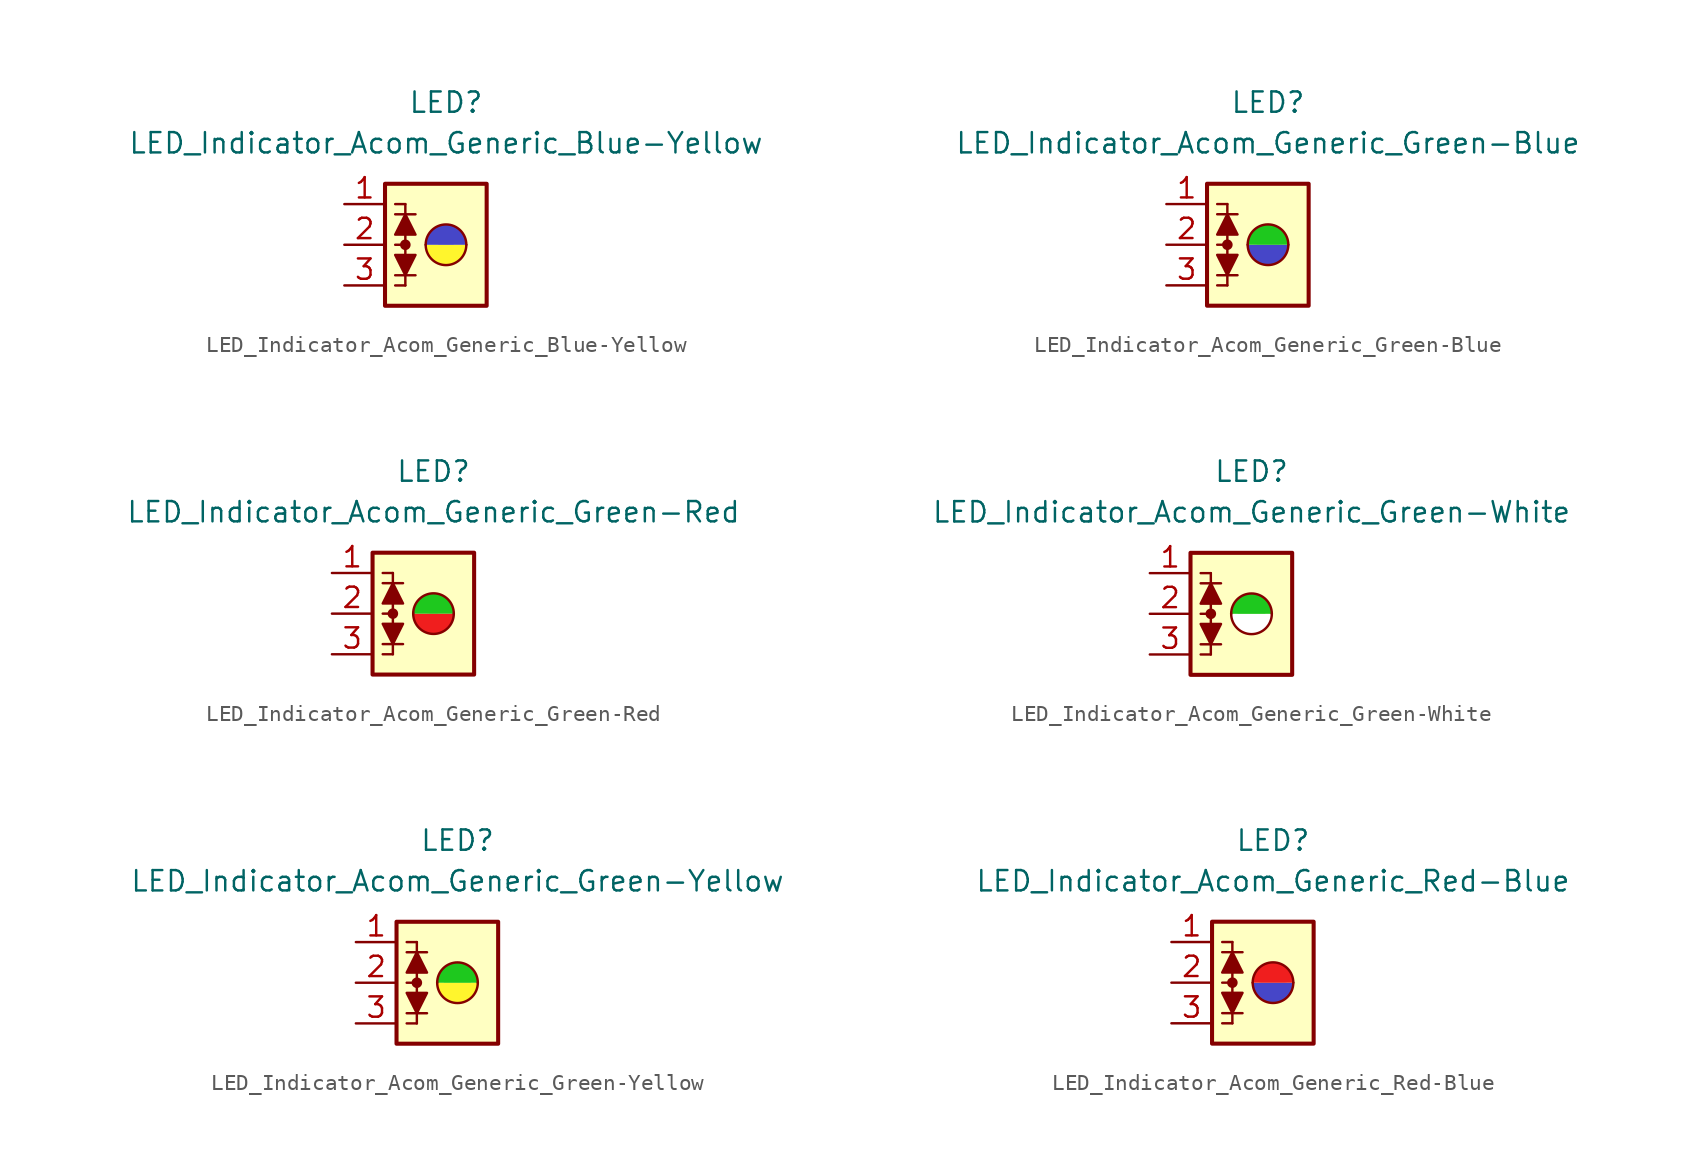
<source format=kicad_sym>
(kicad_symbol_lib
  (version 20231120)
  (generator "kicad_symbol_editor")
  (generator_version "8.0")
  (symbol "LED_Indicator_Acom_Generic_Blue-Yellow"
    (pin_names
      (offset 1.016) hide)
    (property "Reference" "LED"
      (at 0 8.89 0)
      (effects (font (size 1.27 1.27))))
    (property "Value" "LED_Indicator_Acom_Generic_Blue-Yellow"
      (at 0 6.35 0)
      (effects (font (size 1.27 1.27))))
    (symbol "LED_Indicator_Acom_Generic_Blue-Yellow_0_1"
      (rectangle (start -3.81 3.81) (end 2.54 -3.81) (stroke (width 0.254) (type default)) (fill (type background)))
      (circle (center -2.54 0) (radius 0.254) (stroke (width 0) (type default)) (fill (type outline)))
      (arc (start -1.27 0) (mid 0 -1.2645) (end 1.27 0) (stroke (width 0) (type default)) (fill (type color) (color 255 245 45 1)))
      (polyline (pts (xy -3.175 -1.905) (xy -1.905 -1.905)) (stroke (width 0) (type default)) (fill (type none)))
      (polyline (pts (xy -2.54 -2.54) (xy -3.175 -2.54)) (stroke (width 0) (type default)) (fill (type none)))
      (polyline (pts (xy -2.54 -2.54) (xy -2.54 0)) (stroke (width 0) (type default)) (fill (type none)))
      (polyline (pts (xy -2.54 0) (xy -3.175 0)) (stroke (width 0) (type default)) (fill (type none)))
      (polyline (pts (xy -2.54 2.54) (xy -3.175 2.54)) (stroke (width 0) (type default)) (fill (type none)))
      (polyline (pts (xy -2.54 2.54) (xy -2.54 0)) (stroke (width 0) (type default)) (fill (type none)))
      (polyline (pts (xy -1.905 1.905) (xy -3.175 1.905)) (stroke (width 0) (type default)) (fill (type none)))
      (polyline (pts (xy -2.54 -1.905) (xy -3.175 -0.635) (xy -1.905 -0.635) (xy -2.54 -1.905)) (stroke (width 0) (type default)) (fill (type outline)))
      (polyline (pts (xy -2.54 1.905) (xy -1.905 0.635) (xy -3.175 0.635) (xy -2.54 1.905)) (stroke (width 0) (type default)) (fill (type outline)))
      (arc (start 1.27 0) (mid 0 1.2645) (end -1.27 0) (stroke (width 0) (type default)) (fill (type color) (color 70 70 200 1))))
    (symbol "LED_Indicator_Acom_Generic_Blue-Yellow_1_1"
      (pin passive line (at -6.35 2.54 0) (length 2.54) (name "K1" (effects (font (size 1.27 1.27)))) (number "1" (effects (font (size 1.27 1.27)))))
      (pin passive line (at -6.35 0 0) (length 2.54) (name "A12" (effects (font (size 1.27 1.27)))) (number "2" (effects (font (size 1.27 1.27)))))
      (pin passive line (at -6.35 -2.54 0) (length 2.54) (name "K2" (effects (font (size 1.27 1.27)))) (number "3" (effects (font (size 1.27 1.27)))))))
  (symbol "LED_Indicator_Acom_Generic_Green-Blue"
    (pin_names
      (offset 1.016) hide)
    (property "Reference" "LED"
      (at 0 8.89 0)
      (effects (font (size 1.27 1.27))))
    (property "Value" "LED_Indicator_Acom_Generic_Green-Blue"
      (at 0 6.35 0)
      (effects (font (size 1.27 1.27))))
    (symbol "LED_Indicator_Acom_Generic_Green-Blue_0_1"
      (rectangle (start -3.81 3.81) (end 2.54 -3.81) (stroke (width 0.254) (type default)) (fill (type background)))
      (circle (center -2.54 0) (radius 0.254) (stroke (width 0) (type default)) (fill (type outline)))
      (arc (start -1.27 0) (mid 0 -1.2645) (end 1.27 0) (stroke (width 0) (type default)) (fill (type color) (color 70 70 200 1)))
      (polyline (pts (xy -3.175 -1.905) (xy -1.905 -1.905)) (stroke (width 0) (type default)) (fill (type none)))
      (polyline (pts (xy -2.54 -2.54) (xy -3.175 -2.54)) (stroke (width 0) (type default)) (fill (type none)))
      (polyline (pts (xy -2.54 -2.54) (xy -2.54 0)) (stroke (width 0) (type default)) (fill (type none)))
      (polyline (pts (xy -2.54 0) (xy -3.175 0)) (stroke (width 0) (type default)) (fill (type none)))
      (polyline (pts (xy -2.54 2.54) (xy -3.175 2.54)) (stroke (width 0) (type default)) (fill (type none)))
      (polyline (pts (xy -2.54 2.54) (xy -2.54 0)) (stroke (width 0) (type default)) (fill (type none)))
      (polyline (pts (xy -1.905 1.905) (xy -3.175 1.905)) (stroke (width 0) (type default)) (fill (type none)))
      (polyline (pts (xy -2.54 -1.905) (xy -3.175 -0.635) (xy -1.905 -0.635) (xy -2.54 -1.905)) (stroke (width 0) (type default)) (fill (type outline)))
      (polyline (pts (xy -2.54 1.905) (xy -1.905 0.635) (xy -3.175 0.635) (xy -2.54 1.905)) (stroke (width 0) (type default)) (fill (type outline)))
      (arc (start 1.27 0) (mid 0 1.2645) (end -1.27 0) (stroke (width 0) (type default)) (fill (type color) (color 30 200 30 1))))
    (symbol "LED_Indicator_Acom_Generic_Green-Blue_1_1"
      (pin passive line (at -6.35 2.54 0) (length 2.54) (name "K1" (effects (font (size 1.27 1.27)))) (number "1" (effects (font (size 1.27 1.27)))))
      (pin passive line (at -6.35 0 0) (length 2.54) (name "A12" (effects (font (size 1.27 1.27)))) (number "2" (effects (font (size 1.27 1.27)))))
      (pin passive line (at -6.35 -2.54 0) (length 2.54) (name "K2" (effects (font (size 1.27 1.27)))) (number "3" (effects (font (size 1.27 1.27)))))))
  (symbol "LED_Indicator_Acom_Generic_Green-Red"
    (pin_names
      (offset 1.016) hide)
    (property "Reference" "LED"
      (at 0 8.89 0)
      (effects (font (size 1.27 1.27))))
    (property "Value" "LED_Indicator_Acom_Generic_Green-Red"
      (at 0 6.35 0)
      (effects (font (size 1.27 1.27))))
    (symbol "LED_Indicator_Acom_Generic_Green-Red_0_1"
      (rectangle (start -3.81 3.81) (end 2.54 -3.81) (stroke (width 0.254) (type default)) (fill (type background)))
      (circle (center -2.54 0) (radius 0.254) (stroke (width 0) (type default)) (fill (type outline)))
      (arc (start -1.27 0) (mid 0 -1.2645) (end 1.27 0) (stroke (width 0) (type default)) (fill (type color) (color 240 30 30 1)))
      (polyline (pts (xy -3.175 -1.905) (xy -1.905 -1.905)) (stroke (width 0) (type default)) (fill (type none)))
      (polyline (pts (xy -2.54 -2.54) (xy -3.175 -2.54)) (stroke (width 0) (type default)) (fill (type none)))
      (polyline (pts (xy -2.54 -2.54) (xy -2.54 0)) (stroke (width 0) (type default)) (fill (type none)))
      (polyline (pts (xy -2.54 0) (xy -3.175 0)) (stroke (width 0) (type default)) (fill (type none)))
      (polyline (pts (xy -2.54 2.54) (xy -3.175 2.54)) (stroke (width 0) (type default)) (fill (type none)))
      (polyline (pts (xy -2.54 2.54) (xy -2.54 0)) (stroke (width 0) (type default)) (fill (type none)))
      (polyline (pts (xy -1.905 1.905) (xy -3.175 1.905)) (stroke (width 0) (type default)) (fill (type none)))
      (polyline (pts (xy -2.54 -1.905) (xy -3.175 -0.635) (xy -1.905 -0.635) (xy -2.54 -1.905)) (stroke (width 0) (type default)) (fill (type outline)))
      (polyline (pts (xy -2.54 1.905) (xy -1.905 0.635) (xy -3.175 0.635) (xy -2.54 1.905)) (stroke (width 0) (type default)) (fill (type outline)))
      (arc (start 1.27 0) (mid 0 1.2645) (end -1.27 0) (stroke (width 0) (type default)) (fill (type color) (color 30 200 30 1))))
    (symbol "LED_Indicator_Acom_Generic_Green-Red_1_1"
      (pin passive line (at -6.35 2.54 0) (length 2.54) (name "K1" (effects (font (size 1.27 1.27)))) (number "1" (effects (font (size 1.27 1.27)))))
      (pin passive line (at -6.35 0 0) (length 2.54) (name "A12" (effects (font (size 1.27 1.27)))) (number "2" (effects (font (size 1.27 1.27)))))
      (pin passive line (at -6.35 -2.54 0) (length 2.54) (name "K2" (effects (font (size 1.27 1.27)))) (number "3" (effects (font (size 1.27 1.27)))))))
  (symbol "LED_Indicator_Acom_Generic_Green-White"
    (pin_names
      (offset 1.016) hide)
    (property "Reference" "LED"
      (at 0 8.89 0)
      (effects (font (size 1.27 1.27))))
    (property "Value" "LED_Indicator_Acom_Generic_Green-White"
      (at 0 6.35 0)
      (effects (font (size 1.27 1.27))))
    (symbol "LED_Indicator_Acom_Generic_Green-White_0_1"
      (rectangle (start -3.81 3.81) (end 2.54 -3.81) (stroke (width 0.254) (type default)) (fill (type background)))
      (circle (center -2.54 0) (radius 0.254) (stroke (width 0) (type default)) (fill (type outline)))
      (arc (start -1.27 0) (mid 0 -1.2645) (end 1.27 0) (stroke (width 0) (type default)) (fill (type color) (color 255 255 255 1)))
      (polyline (pts (xy -3.175 -1.905) (xy -1.905 -1.905)) (stroke (width 0) (type default)) (fill (type none)))
      (polyline (pts (xy -2.54 -2.54) (xy -3.175 -2.54)) (stroke (width 0) (type default)) (fill (type none)))
      (polyline (pts (xy -2.54 -2.54) (xy -2.54 0)) (stroke (width 0) (type default)) (fill (type none)))
      (polyline (pts (xy -2.54 0) (xy -3.175 0)) (stroke (width 0) (type default)) (fill (type none)))
      (polyline (pts (xy -2.54 2.54) (xy -3.175 2.54)) (stroke (width 0) (type default)) (fill (type none)))
      (polyline (pts (xy -2.54 2.54) (xy -2.54 0)) (stroke (width 0) (type default)) (fill (type none)))
      (polyline (pts (xy -1.905 1.905) (xy -3.175 1.905)) (stroke (width 0) (type default)) (fill (type none)))
      (polyline (pts (xy -2.54 -1.905) (xy -3.175 -0.635) (xy -1.905 -0.635) (xy -2.54 -1.905)) (stroke (width 0) (type default)) (fill (type outline)))
      (polyline (pts (xy -2.54 1.905) (xy -1.905 0.635) (xy -3.175 0.635) (xy -2.54 1.905)) (stroke (width 0) (type default)) (fill (type outline)))
      (arc (start 1.27 0) (mid 0 1.2645) (end -1.27 0) (stroke (width 0) (type default)) (fill (type color) (color 30 200 30 1))))
    (symbol "LED_Indicator_Acom_Generic_Green-White_1_1"
      (pin passive line (at -6.35 2.54 0) (length 2.54) (name "K1" (effects (font (size 1.27 1.27)))) (number "1" (effects (font (size 1.27 1.27)))))
      (pin passive line (at -6.35 0 0) (length 2.54) (name "A12" (effects (font (size 1.27 1.27)))) (number "2" (effects (font (size 1.27 1.27)))))
      (pin passive line (at -6.35 -2.54 0) (length 2.54) (name "K2" (effects (font (size 1.27 1.27)))) (number "3" (effects (font (size 1.27 1.27)))))))
  (symbol "LED_Indicator_Acom_Generic_Green-Yellow"
    (pin_names
      (offset 1.016) hide)
    (property "Reference" "LED"
      (at 0 8.89 0)
      (effects (font (size 1.27 1.27))))
    (property "Value" "LED_Indicator_Acom_Generic_Green-Yellow"
      (at 0 6.35 0)
      (effects (font (size 1.27 1.27))))
    (symbol "LED_Indicator_Acom_Generic_Green-Yellow_0_1"
      (rectangle (start -3.81 3.81) (end 2.54 -3.81) (stroke (width 0.254) (type default)) (fill (type background)))
      (circle (center -2.54 0) (radius 0.254) (stroke (width 0) (type default)) (fill (type outline)))
      (arc (start -1.27 0) (mid 0 -1.2645) (end 1.27 0) (stroke (width 0) (type default)) (fill (type color) (color 255 245 45 1)))
      (polyline (pts (xy -3.175 -1.905) (xy -1.905 -1.905)) (stroke (width 0) (type default)) (fill (type none)))
      (polyline (pts (xy -2.54 -2.54) (xy -3.175 -2.54)) (stroke (width 0) (type default)) (fill (type none)))
      (polyline (pts (xy -2.54 -2.54) (xy -2.54 0)) (stroke (width 0) (type default)) (fill (type none)))
      (polyline (pts (xy -2.54 0) (xy -3.175 0)) (stroke (width 0) (type default)) (fill (type none)))
      (polyline (pts (xy -2.54 2.54) (xy -3.175 2.54)) (stroke (width 0) (type default)) (fill (type none)))
      (polyline (pts (xy -2.54 2.54) (xy -2.54 0)) (stroke (width 0) (type default)) (fill (type none)))
      (polyline (pts (xy -1.905 1.905) (xy -3.175 1.905)) (stroke (width 0) (type default)) (fill (type none)))
      (polyline (pts (xy -2.54 -1.905) (xy -3.175 -0.635) (xy -1.905 -0.635) (xy -2.54 -1.905)) (stroke (width 0) (type default)) (fill (type outline)))
      (polyline (pts (xy -2.54 1.905) (xy -1.905 0.635) (xy -3.175 0.635) (xy -2.54 1.905)) (stroke (width 0) (type default)) (fill (type outline)))
      (arc (start 1.27 0) (mid 0 1.2645) (end -1.27 0) (stroke (width 0) (type default)) (fill (type color) (color 30 200 30 1))))
    (symbol "LED_Indicator_Acom_Generic_Green-Yellow_1_1"
      (pin passive line (at -6.35 2.54 0) (length 2.54) (name "K1" (effects (font (size 1.27 1.27)))) (number "1" (effects (font (size 1.27 1.27)))))
      (pin passive line (at -6.35 0 0) (length 2.54) (name "A12" (effects (font (size 1.27 1.27)))) (number "2" (effects (font (size 1.27 1.27)))))
      (pin passive line (at -6.35 -2.54 0) (length 2.54) (name "K2" (effects (font (size 1.27 1.27)))) (number "3" (effects (font (size 1.27 1.27)))))))
  (symbol "LED_Indicator_Acom_Generic_Red-Blue"
    (pin_names
      (offset 1.016) hide)
    (property "Reference" "LED"
      (at 0 8.89 0)
      (effects (font (size 1.27 1.27))))
    (property "Value" "LED_Indicator_Acom_Generic_Red-Blue"
      (at 0 6.35 0)
      (effects (font (size 1.27 1.27))))
    (symbol "LED_Indicator_Acom_Generic_Red-Blue_0_1"
      (rectangle (start -3.81 3.81) (end 2.54 -3.81) (stroke (width 0.254) (type default)) (fill (type background)))
      (circle (center -2.54 0) (radius 0.254) (stroke (width 0) (type default)) (fill (type outline)))
      (arc (start -1.27 0) (mid 0 -1.2645) (end 1.27 0) (stroke (width 0) (type default)) (fill (type color) (color 70 70 200 1)))
      (polyline (pts (xy -3.175 -1.905) (xy -1.905 -1.905)) (stroke (width 0) (type default)) (fill (type none)))
      (polyline (pts (xy -2.54 -2.54) (xy -3.175 -2.54)) (stroke (width 0) (type default)) (fill (type none)))
      (polyline (pts (xy -2.54 -2.54) (xy -2.54 0)) (stroke (width 0) (type default)) (fill (type none)))
      (polyline (pts (xy -2.54 0) (xy -3.175 0)) (stroke (width 0) (type default)) (fill (type none)))
      (polyline (pts (xy -2.54 2.54) (xy -3.175 2.54)) (stroke (width 0) (type default)) (fill (type none)))
      (polyline (pts (xy -2.54 2.54) (xy -2.54 0)) (stroke (width 0) (type default)) (fill (type none)))
      (polyline (pts (xy -1.905 1.905) (xy -3.175 1.905)) (stroke (width 0) (type default)) (fill (type none)))
      (polyline (pts (xy -2.54 -1.905) (xy -3.175 -0.635) (xy -1.905 -0.635) (xy -2.54 -1.905)) (stroke (width 0) (type default)) (fill (type outline)))
      (polyline (pts (xy -2.54 1.905) (xy -1.905 0.635) (xy -3.175 0.635) (xy -2.54 1.905)) (stroke (width 0) (type default)) (fill (type outline)))
      (arc (start 1.27 0) (mid 0 1.2645) (end -1.27 0) (stroke (width 0) (type default)) (fill (type color) (color 240 30 30 1))))
    (symbol "LED_Indicator_Acom_Generic_Red-Blue_1_1"
      (pin passive line (at -6.35 2.54 0) (length 2.54) (name "K1" (effects (font (size 1.27 1.27)))) (number "1" (effects (font (size 1.27 1.27)))))
      (pin passive line (at -6.35 0 0) (length 2.54) (name "A12" (effects (font (size 1.27 1.27)))) (number "2" (effects (font (size 1.27 1.27)))))
      (pin passive line (at -6.35 -2.54 0) (length 2.54) (name "K2" (effects (font (size 1.27 1.27)))) (number "3" (effects (font (size 1.27 1.27))))))))
</source>
